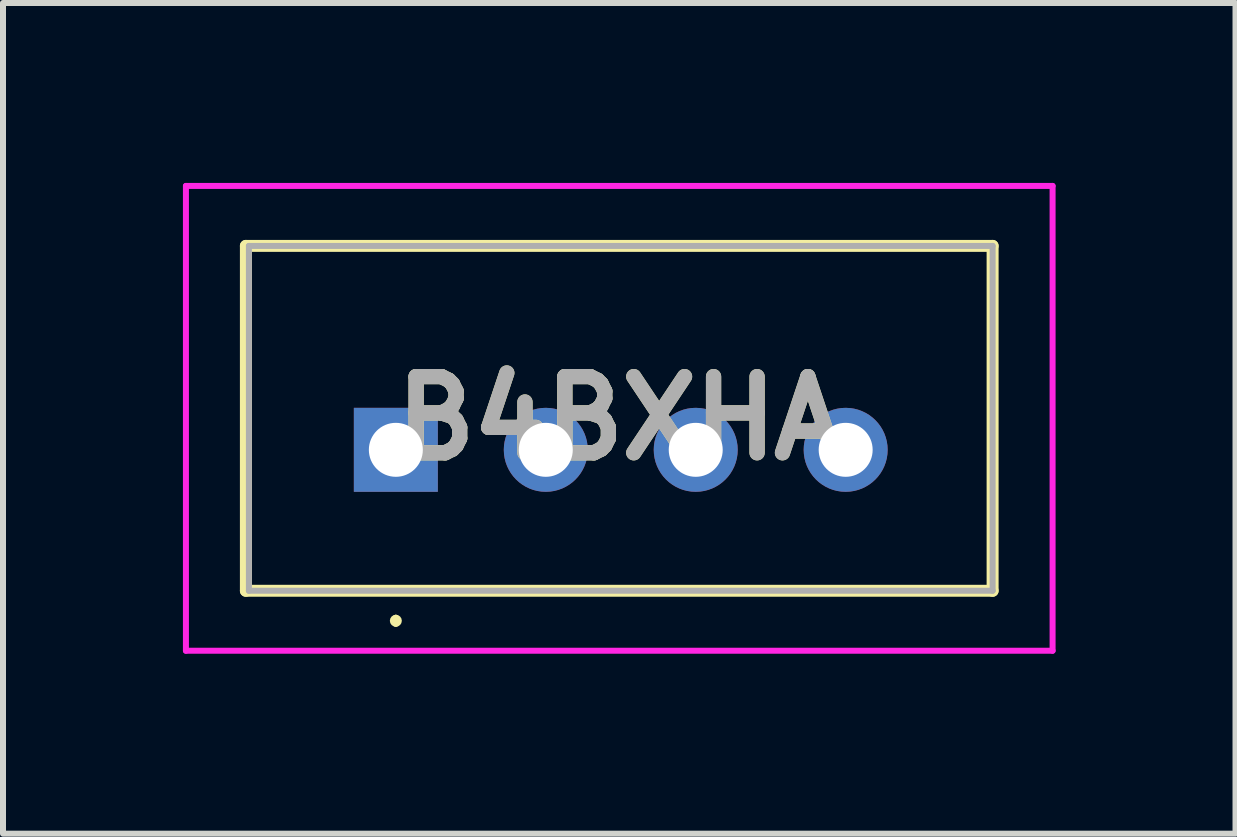
<source format=kicad_pcb>
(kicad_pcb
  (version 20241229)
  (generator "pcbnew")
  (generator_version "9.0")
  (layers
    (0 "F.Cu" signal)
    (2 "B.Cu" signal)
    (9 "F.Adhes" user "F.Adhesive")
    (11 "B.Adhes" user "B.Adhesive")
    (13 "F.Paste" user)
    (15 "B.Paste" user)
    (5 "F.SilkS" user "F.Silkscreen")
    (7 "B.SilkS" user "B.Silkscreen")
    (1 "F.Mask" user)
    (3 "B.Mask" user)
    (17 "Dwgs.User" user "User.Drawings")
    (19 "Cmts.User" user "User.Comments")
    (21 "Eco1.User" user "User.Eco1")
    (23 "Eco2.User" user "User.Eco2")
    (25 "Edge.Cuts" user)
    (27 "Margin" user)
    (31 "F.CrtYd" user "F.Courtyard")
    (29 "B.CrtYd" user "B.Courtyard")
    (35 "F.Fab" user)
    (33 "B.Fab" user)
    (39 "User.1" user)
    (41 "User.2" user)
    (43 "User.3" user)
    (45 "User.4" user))
  (footprint "B4BXHA"
    (layer "F.Cu")
    (at 3.55 4.45)
    (property "Reference" "B4BXHA" (at 3.725 -0.525 0) (layer "F.SilkS") (effects (font (size 1.27 1.27) (thickness 0.254))))
    (attr through_hole)
    (fp_line (start -2.5 -3.4) (end 9.95 -3.4) (stroke (width 0.2) (type solid)) (layer "F.SilkS"))
    (fp_line (start -2.5 2.35) (end -2.5 -3.4) (stroke (width 0.2) (type solid)) (layer "F.SilkS"))
    (fp_line (start 0 2.8) (end 0 2.8) (stroke (width 0.1) (type solid)) (layer "F.SilkS"))
    (fp_line (start 0 2.9) (end 0 2.9) (stroke (width 0.1) (type solid)) (layer "F.SilkS"))
    (fp_line (start 9.95 -3.4) (end 9.95 2.35) (stroke (width 0.2) (type solid)) (layer "F.SilkS"))
    (fp_line (start 9.95 2.35) (end -2.5 2.35) (stroke (width 0.2) (type solid)) (layer "F.SilkS"))
    (fp_arc (start 0 2.8) (mid 0.05 2.85) (end 0 2.9) (stroke (width 0.1) (type solid)) (layer "F.SilkS"))
    (fp_arc (start 0 2.9) (mid -0.05 2.85) (end 0 2.8) (stroke (width 0.1) (type solid)) (layer "F.SilkS"))
    (fp_line (start -3.5 -4.4) (end 10.95 -4.4) (stroke (width 0.1) (type solid)) (layer "F.CrtYd"))
    (fp_line (start -3.5 3.35) (end -3.5 -4.4) (stroke (width 0.1) (type solid)) (layer "F.CrtYd"))
    (fp_line (start 10.95 -4.4) (end 10.95 3.35) (stroke (width 0.1) (type solid)) (layer "F.CrtYd"))
    (fp_line (start 10.95 3.35) (end -3.5 3.35) (stroke (width 0.1) (type solid)) (layer "F.CrtYd"))
    (fp_line (start -2.45 -3.4) (end -2.45 2.35) (stroke (width 0.1) (type solid)) (layer "F.Fab"))
    (fp_line (start -2.45 2.35) (end 9.95 2.35) (stroke (width 0.1) (type solid)) (layer "F.Fab"))
    (fp_line (start 9.95 -3.4) (end -2.45 -3.4) (stroke (width 0.1) (type solid)) (layer "F.Fab"))
    (fp_line (start 9.95 2.35) (end 9.95 -3.4) (stroke (width 0.1) (type solid)) (layer "F.Fab"))
    (fp_text user "${REFERENCE}" (at 3.725 -0.525 0) (layer "F.Fab") (effects (font (size 1.27 1.27) (thickness 0.254))))
    (pad "1" thru_hole rect (at 0 0) (size 1.4 1.4) (drill 0.9) (layers "*.Cu" "*.Mask"))
    (pad "2" thru_hole circle (at 2.5 0) (size 1.4 1.4) (drill 0.9) (layers "*.Cu" "*.Mask"))
    (pad "3" thru_hole circle (at 5 0) (size 1.4 1.4) (drill 0.9) (layers "*.Cu" "*.Mask"))
    (pad "4" thru_hole circle (at 7.5 0) (size 1.4 1.4) (drill 0.9) (layers "*.Cu" "*.Mask")))
  (gr_rect
    (start -3 -3)
    (end 17.55 10.85)
    (stroke (width 0.1) (type default))
    (fill no)
    (layer "Edge.Cuts")))
</source>
